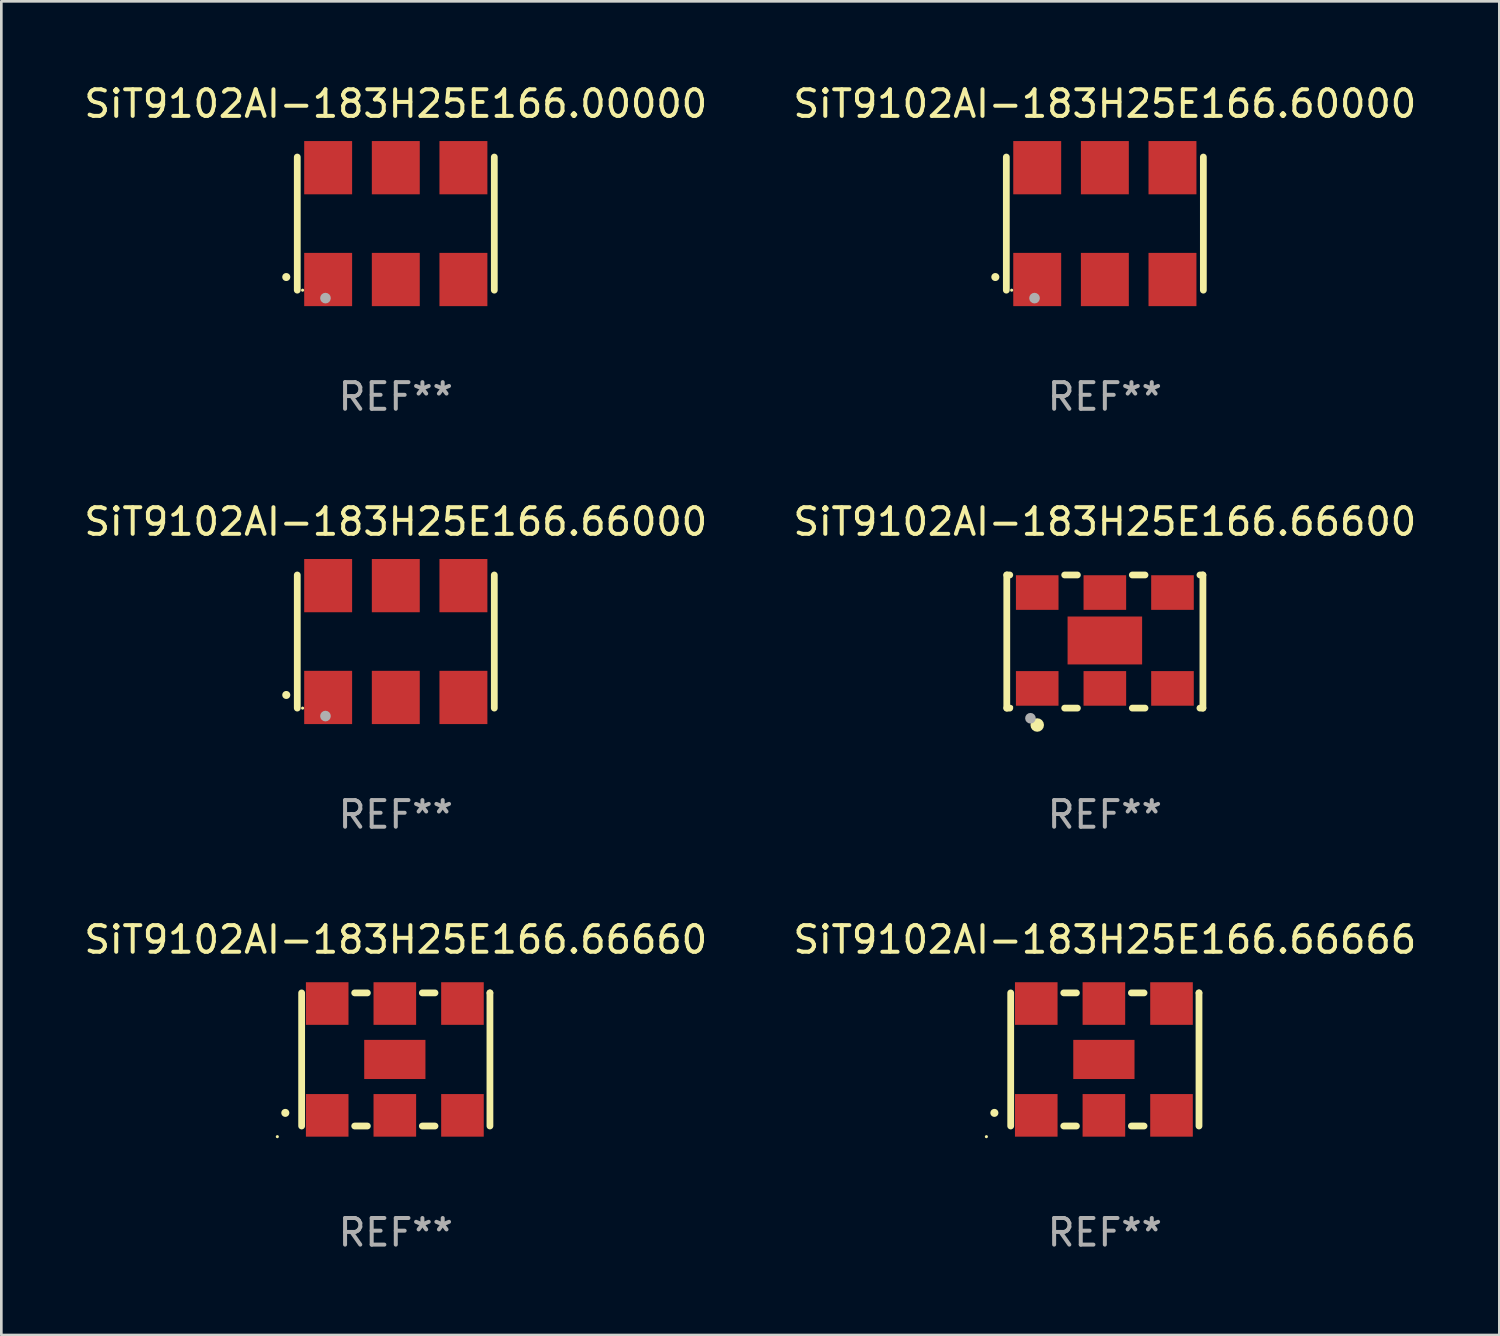
<source format=kicad_pcb>
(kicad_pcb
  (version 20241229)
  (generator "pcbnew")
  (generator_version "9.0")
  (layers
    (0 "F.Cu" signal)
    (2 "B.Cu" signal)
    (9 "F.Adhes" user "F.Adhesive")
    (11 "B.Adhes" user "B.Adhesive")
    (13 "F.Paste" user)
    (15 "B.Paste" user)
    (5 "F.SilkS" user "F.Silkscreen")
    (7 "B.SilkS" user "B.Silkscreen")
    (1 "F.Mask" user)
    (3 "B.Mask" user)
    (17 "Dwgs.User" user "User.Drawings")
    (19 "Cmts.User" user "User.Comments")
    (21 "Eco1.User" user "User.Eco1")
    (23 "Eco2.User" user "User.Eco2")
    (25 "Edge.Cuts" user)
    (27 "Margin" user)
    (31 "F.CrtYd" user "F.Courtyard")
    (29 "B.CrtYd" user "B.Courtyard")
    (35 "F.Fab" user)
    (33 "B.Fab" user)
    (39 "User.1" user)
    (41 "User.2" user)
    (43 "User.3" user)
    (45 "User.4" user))
  (footprint "SiT9102AI-183H25E166.00000"
    (layer "F.Cu")
    (at 11.815 5.348)
    (property "Reference" "SiT9102AI-183H25E166.00000" (at 0 -4.5 0) (layer "F.SilkS") (effects (font (size 1 1) (thickness 0.15))))
    (attr through_hole)
    (fp_line (start -3.7 -2.5) (end -3.7 2.5) (stroke (width 0.254) (type solid)) (layer "F.SilkS"))
    (fp_line (start 3.7 -2.5) (end 3.7 2.5) (stroke (width 0.254) (type solid)) (layer "F.SilkS"))
    (fp_arc (start -4.114415 2.006604) (mid -4.113145 2.006599) (end -4.111875 2.006604) (stroke (width 0.3) (type solid)) (layer "F.SilkS"))
    (fp_circle (center -3.5 2.501) (end -3.47 2.501) (stroke (width 0.06) (type solid)) (fill no) (layer "F.SilkS"))
    (fp_circle (center -2.641 2.799) (end -2.541 2.799) (stroke (width 0.2) (type solid)) (fill no) (layer "F.Fab"))
    (fp_text user "REF**" (at 0 6.5 0) (layer "F.Fab") (effects (font (size 1 1) (thickness 0.15))))
    (pad "1" smd rect (at -2.54 2.1) (size 1.8 2) (layers "F.Cu" "F.Mask" "F.Paste"))
    (pad "2" smd rect (at 0.000394 2.1) (size 1.8 2) (layers "F.Cu" "F.Mask" "F.Paste"))
    (pad "3" smd rect (at 2.54 2.1) (size 1.8 2) (layers "F.Cu" "F.Mask" "F.Paste"))
    (pad "4" smd rect (at 2.54 -2.1) (size 1.8 2) (layers "F.Cu" "F.Mask" "F.Paste"))
    (pad "5" smd rect (at 0.000394 -2.1) (size 1.8 2) (layers "F.Cu" "F.Mask" "F.Paste"))
    (pad "6" smd rect (at -2.54 -2.1) (size 1.8 2) (layers "F.Cu" "F.Mask" "F.Paste")))
  (footprint "SiT9102AI-183H25E166.66666"
    (layer "F.Cu")
    (at 38.446 36.741)
    (property "Reference" "SiT9102AI-183H25E166.66666" (at 0 -4.5 0) (layer "F.SilkS") (effects (font (size 1 1) (thickness 0.15))))
    (attr through_hole)
    (fp_line (start -3.536 -2.5) (end -3.536 2.5) (stroke (width 0.254) (type solid)) (layer "F.SilkS"))
    (fp_line (start -1.544 2.5) (end -1.067 2.5) (stroke (width 0.254) (type solid)) (layer "F.SilkS"))
    (fp_line (start -1.067 -2.5) (end -1.544 -2.5) (stroke (width 0.254) (type solid)) (layer "F.SilkS"))
    (fp_line (start 0.996 2.5) (end 1.473 2.5) (stroke (width 0.254) (type solid)) (layer "F.SilkS"))
    (fp_line (start 1.473 -2.5) (end 0.996 -2.5) (stroke (width 0.254) (type solid)) (layer "F.SilkS"))
    (fp_line (start 3.536 -2.5) (end 3.536 -2.5) (stroke (width 0.254) (type solid)) (layer "F.SilkS"))
    (fp_line (start 3.536 2.5) (end 3.536 -2.5) (stroke (width 0.254) (type solid)) (layer "F.SilkS"))
    (fp_arc (start -4.150432 2.006604) (mid -4.149162 2.006599) (end -4.147892 2.006604) (stroke (width 0.3) (type solid)) (layer "F.SilkS"))
    (fp_circle (center -4.449 2.9) (end -4.419 2.9) (stroke (width 0.06) (type solid)) (fill no) (layer "F.SilkS"))
    (fp_text user "REF**" (at 0 6.5 0) (layer "F.Fab") (effects (font (size 1 1) (thickness 0.15))))
    (pad "1" smd rect (at -2.576 2.1) (size 1.6 1.6) (layers "F.Cu" "F.Mask" "F.Paste"))
    (pad "2" smd rect (at -0.036 2.1) (size 1.6 1.6) (layers "F.Cu" "F.Mask" "F.Paste"))
    (pad "3" smd rect (at 2.504 2.1) (size 1.6 1.6) (layers "F.Cu" "F.Mask" "F.Paste"))
    (pad "4" smd rect (at 2.504 -2.1) (size 1.6 1.6) (layers "F.Cu" "F.Mask" "F.Paste"))
    (pad "5" smd rect (at -0.036 -2.1) (size 1.6 1.6) (layers "F.Cu" "F.Mask" "F.Paste"))
    (pad "6" smd rect (at -2.576 -2.1) (size 1.6 1.6) (layers "F.Cu" "F.Mask" "F.Paste"))
    (pad "7" smd rect (at -0.036 0) (size 2.3 1.47) (layers "F.Cu" "F.Mask" "F.Paste")))
  (footprint "SiT9102AI-183H25E166.66600"
    (layer "F.Cu")
    (at 38.446 21.045)
    (property "Reference" "SiT9102AI-183H25E166.66600" (at 0 -4.5 0) (layer "F.SilkS") (effects (font (size 1 1) (thickness 0.15))))
    (attr through_hole)
    (fp_line (start -3.683 -2.5) (end -3.571 -2.5) (stroke (width 0.254) (type solid)) (layer "F.SilkS"))
    (fp_line (start -3.683 2.5) (end -3.683 -2.5) (stroke (width 0.254) (type solid)) (layer "F.SilkS"))
    (fp_line (start -3.683 2.5) (end -3.571 2.5) (stroke (width 0.254) (type solid)) (layer "F.SilkS"))
    (fp_line (start -1.509 -2.5) (end -1.031 -2.5) (stroke (width 0.254) (type solid)) (layer "F.SilkS"))
    (fp_line (start -1.509 2.5) (end -1.031 2.5) (stroke (width 0.254) (type solid)) (layer "F.SilkS"))
    (fp_line (start 1.031 -2.5) (end 1.509 -2.5) (stroke (width 0.254) (type solid)) (layer "F.SilkS"))
    (fp_line (start 1.031 2.5) (end 1.509 2.5) (stroke (width 0.254) (type solid)) (layer "F.SilkS"))
    (fp_line (start 3.571 -2.5) (end 3.683 -2.5) (stroke (width 0.254) (type solid)) (layer "F.SilkS"))
    (fp_line (start 3.571 2.5) (end 3.683 2.5) (stroke (width 0.254) (type solid)) (layer "F.SilkS"))
    (fp_line (start 3.683 2.5) (end 3.683 -2.5) (stroke (width 0.254) (type solid)) (layer "F.SilkS"))
    (fp_circle (center -3.5 2.46) (end -3.47 2.46) (stroke (width 0.06) (type solid)) (fill no) (layer "F.SilkS"))
    (fp_circle (center -2.54 3.135) (end -2.413 3.135) (stroke (width 0.254) (type solid)) (fill no) (layer "F.SilkS"))
    (fp_circle (center -2.794 2.881) (end -2.694 2.881) (stroke (width 0.2) (type solid)) (fill no) (layer "F.Fab"))
    (fp_text user "REF**" (at 0 6.5 0) (layer "F.Fab") (effects (font (size 1 1) (thickness 0.15))))
    (pad "1" smd rect (at -2.54 1.76) (size 1.6 1.3) (layers "F.Cu" "F.Mask" "F.Paste"))
    (pad "2" smd rect (at 0 1.76) (size 1.6 1.3) (layers "F.Cu" "F.Mask" "F.Paste"))
    (pad "3" smd rect (at 2.54 1.76) (size 1.6 1.3) (layers "F.Cu" "F.Mask" "F.Paste"))
    (pad "4" smd rect (at 2.54 -1.84) (size 1.6 1.3) (layers "F.Cu" "F.Mask" "F.Paste"))
    (pad "5" smd rect (at 0 -1.84) (size 1.6 1.3) (layers "F.Cu" "F.Mask" "F.Paste"))
    (pad "6" smd rect (at -2.54 -1.84) (size 1.6 1.3) (layers "F.Cu" "F.Mask" "F.Paste"))
    (pad "7" smd rect (at 0 -0.04) (size 2.8 1.8) (layers "F.Cu" "F.Mask" "F.Paste")))
  (footprint "SiT9102AI-183H25E166.60000"
    (layer "F.Cu")
    (at 38.446 5.348)
    (property "Reference" "SiT9102AI-183H25E166.60000" (at 0 -4.5 0) (layer "F.SilkS") (effects (font (size 1 1) (thickness 0.15))))
    (attr through_hole)
    (fp_line (start -3.7 -2.5) (end -3.7 2.5) (stroke (width 0.254) (type solid)) (layer "F.SilkS"))
    (fp_line (start 3.7 -2.5) (end 3.7 2.5) (stroke (width 0.254) (type solid)) (layer "F.SilkS"))
    (fp_arc (start -4.114415 2.006604) (mid -4.113145 2.006599) (end -4.111875 2.006604) (stroke (width 0.3) (type solid)) (layer "F.SilkS"))
    (fp_circle (center -3.5 2.501) (end -3.47 2.501) (stroke (width 0.06) (type solid)) (fill no) (layer "F.SilkS"))
    (fp_circle (center -2.641 2.799) (end -2.541 2.799) (stroke (width 0.2) (type solid)) (fill no) (layer "F.Fab"))
    (fp_text user "REF**" (at 0 6.5 0) (layer "F.Fab") (effects (font (size 1 1) (thickness 0.15))))
    (pad "1" smd rect (at -2.54 2.1) (size 1.8 2) (layers "F.Cu" "F.Mask" "F.Paste"))
    (pad "2" smd rect (at 0.000394 2.1) (size 1.8 2) (layers "F.Cu" "F.Mask" "F.Paste"))
    (pad "3" smd rect (at 2.54 2.1) (size 1.8 2) (layers "F.Cu" "F.Mask" "F.Paste"))
    (pad "4" smd rect (at 2.54 -2.1) (size 1.8 2) (layers "F.Cu" "F.Mask" "F.Paste"))
    (pad "5" smd rect (at 0.000394 -2.1) (size 1.8 2) (layers "F.Cu" "F.Mask" "F.Paste"))
    (pad "6" smd rect (at -2.54 -2.1) (size 1.8 2) (layers "F.Cu" "F.Mask" "F.Paste")))
  (footprint "SiT9102AI-183H25E166.66660"
    (layer "F.Cu")
    (at 11.815 36.741)
    (property "Reference" "SiT9102AI-183H25E166.66660" (at 0 -4.5 0) (layer "F.SilkS") (effects (font (size 1 1) (thickness 0.15))))
    (attr through_hole)
    (fp_line (start -3.536 -2.5) (end -3.536 2.5) (stroke (width 0.254) (type solid)) (layer "F.SilkS"))
    (fp_line (start -1.544 2.5) (end -1.067 2.5) (stroke (width 0.254) (type solid)) (layer "F.SilkS"))
    (fp_line (start -1.067 -2.5) (end -1.544 -2.5) (stroke (width 0.254) (type solid)) (layer "F.SilkS"))
    (fp_line (start 0.996 2.5) (end 1.473 2.5) (stroke (width 0.254) (type solid)) (layer "F.SilkS"))
    (fp_line (start 1.473 -2.5) (end 0.996 -2.5) (stroke (width 0.254) (type solid)) (layer "F.SilkS"))
    (fp_line (start 3.536 -2.5) (end 3.536 -2.5) (stroke (width 0.254) (type solid)) (layer "F.SilkS"))
    (fp_line (start 3.536 2.5) (end 3.536 -2.5) (stroke (width 0.254) (type solid)) (layer "F.SilkS"))
    (fp_arc (start -4.150432 2.006604) (mid -4.149162 2.006599) (end -4.147892 2.006604) (stroke (width 0.3) (type solid)) (layer "F.SilkS"))
    (fp_circle (center -4.449 2.9) (end -4.419 2.9) (stroke (width 0.06) (type solid)) (fill no) (layer "F.SilkS"))
    (fp_text user "REF**" (at 0 6.5 0) (layer "F.Fab") (effects (font (size 1 1) (thickness 0.15))))
    (pad "1" smd rect (at -2.576 2.1) (size 1.6 1.6) (layers "F.Cu" "F.Mask" "F.Paste"))
    (pad "2" smd rect (at -0.036 2.1) (size 1.6 1.6) (layers "F.Cu" "F.Mask" "F.Paste"))
    (pad "3" smd rect (at 2.504 2.1) (size 1.6 1.6) (layers "F.Cu" "F.Mask" "F.Paste"))
    (pad "4" smd rect (at 2.504 -2.1) (size 1.6 1.6) (layers "F.Cu" "F.Mask" "F.Paste"))
    (pad "5" smd rect (at -0.036 -2.1) (size 1.6 1.6) (layers "F.Cu" "F.Mask" "F.Paste"))
    (pad "6" smd rect (at -2.576 -2.1) (size 1.6 1.6) (layers "F.Cu" "F.Mask" "F.Paste"))
    (pad "7" smd rect (at -0.036 0) (size 2.3 1.47) (layers "F.Cu" "F.Mask" "F.Paste")))
  (footprint "SiT9102AI-183H25E166.66000"
    (layer "F.Cu")
    (at 11.815 21.045)
    (property "Reference" "SiT9102AI-183H25E166.66000" (at 0 -4.5 0) (layer "F.SilkS") (effects (font (size 1 1) (thickness 0.15))))
    (attr through_hole)
    (fp_line (start -3.7 -2.5) (end -3.7 2.5) (stroke (width 0.254) (type solid)) (layer "F.SilkS"))
    (fp_line (start 3.7 -2.5) (end 3.7 2.5) (stroke (width 0.254) (type solid)) (layer "F.SilkS"))
    (fp_arc (start -4.114415 2.006604) (mid -4.113145 2.006599) (end -4.111875 2.006604) (stroke (width 0.3) (type solid)) (layer "F.SilkS"))
    (fp_circle (center -3.5 2.501) (end -3.47 2.501) (stroke (width 0.06) (type solid)) (fill no) (layer "F.SilkS"))
    (fp_circle (center -2.641 2.799) (end -2.541 2.799) (stroke (width 0.2) (type solid)) (fill no) (layer "F.Fab"))
    (fp_text user "REF**" (at 0 6.5 0) (layer "F.Fab") (effects (font (size 1 1) (thickness 0.15))))
    (pad "1" smd rect (at -2.54 2.1) (size 1.8 2) (layers "F.Cu" "F.Mask" "F.Paste"))
    (pad "2" smd rect (at 0.000394 2.1) (size 1.8 2) (layers "F.Cu" "F.Mask" "F.Paste"))
    (pad "3" smd rect (at 2.54 2.1) (size 1.8 2) (layers "F.Cu" "F.Mask" "F.Paste"))
    (pad "4" smd rect (at 2.54 -2.1) (size 1.8 2) (layers "F.Cu" "F.Mask" "F.Paste"))
    (pad "5" smd rect (at 0.000394 -2.1) (size 1.8 2) (layers "F.Cu" "F.Mask" "F.Paste"))
    (pad "6" smd rect (at -2.54 -2.1) (size 1.8 2) (layers "F.Cu" "F.Mask" "F.Paste")))
  (gr_rect
    (start -3 -3)
    (end 53.262 47.09)
    (stroke (width 0.1) (type default))
    (fill no)
    (layer "Edge.Cuts")))
</source>
